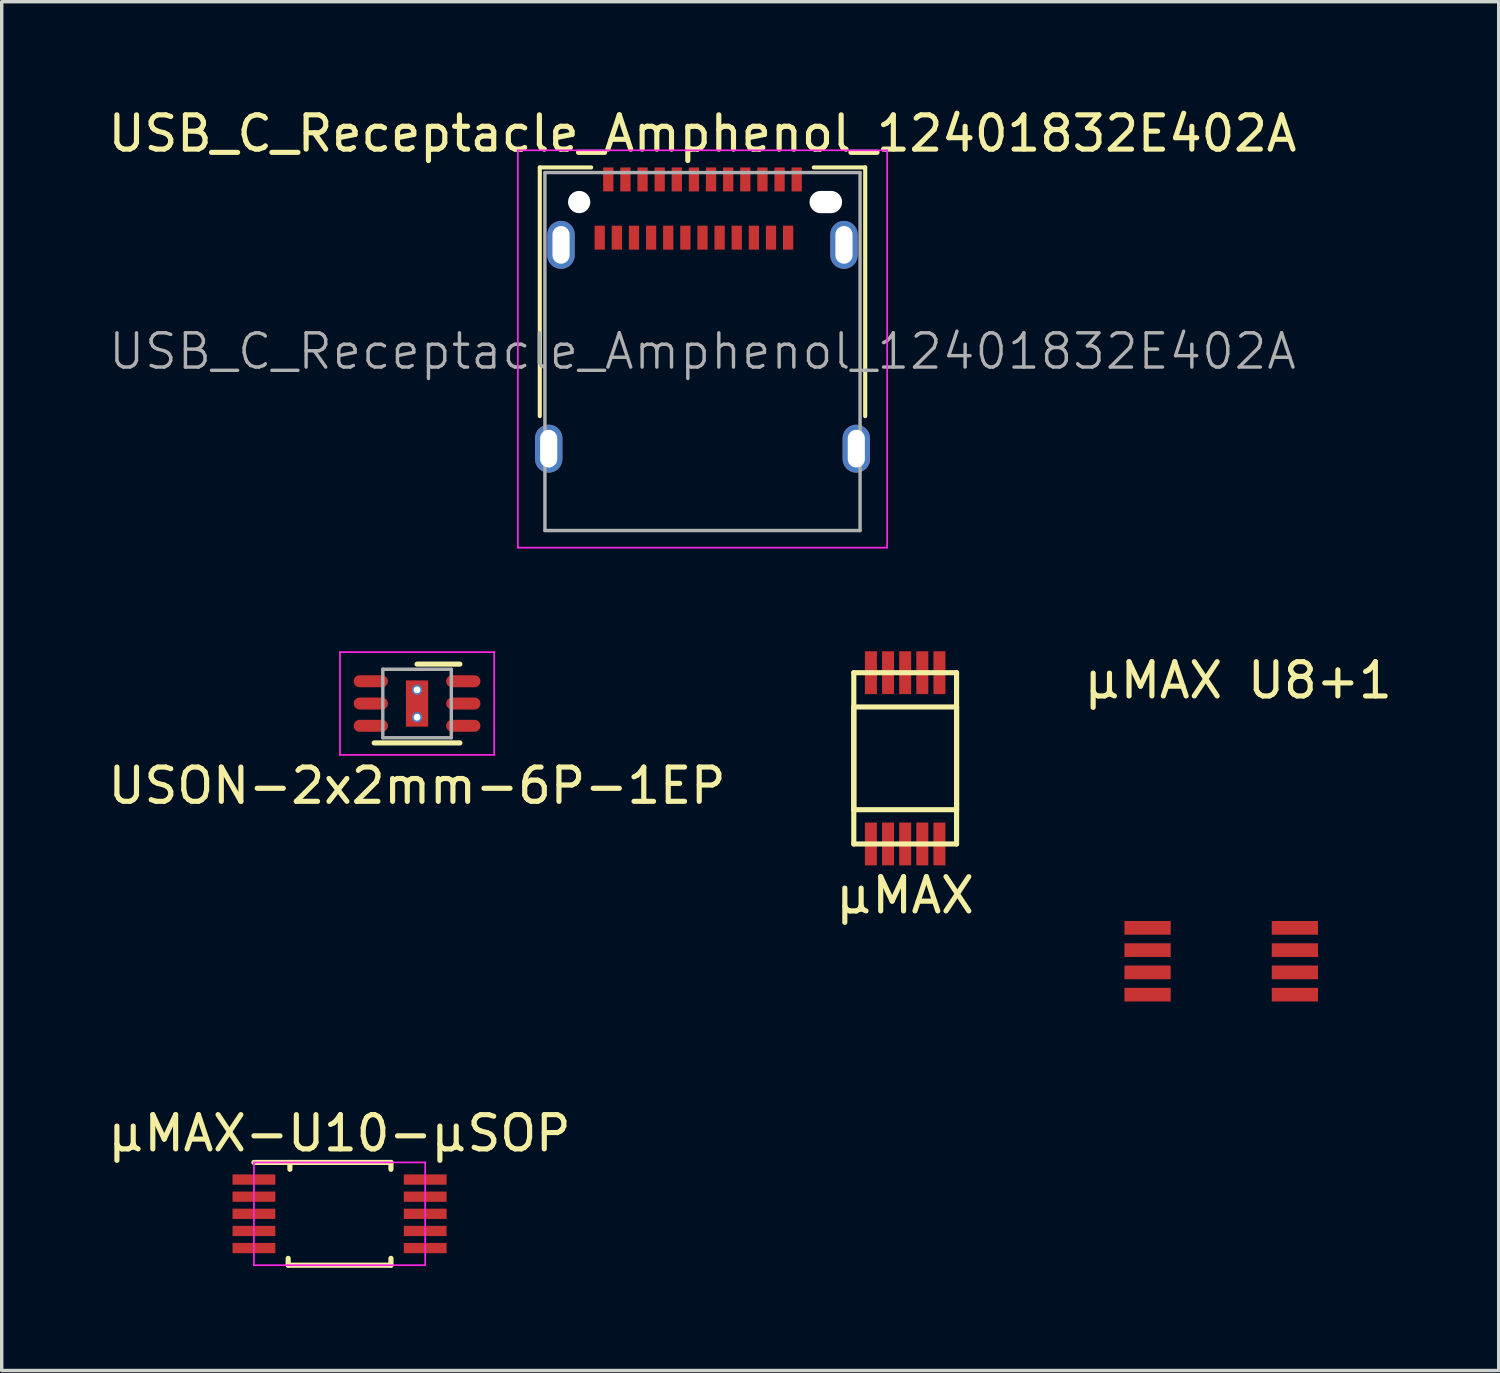
<source format=kicad_pcb>
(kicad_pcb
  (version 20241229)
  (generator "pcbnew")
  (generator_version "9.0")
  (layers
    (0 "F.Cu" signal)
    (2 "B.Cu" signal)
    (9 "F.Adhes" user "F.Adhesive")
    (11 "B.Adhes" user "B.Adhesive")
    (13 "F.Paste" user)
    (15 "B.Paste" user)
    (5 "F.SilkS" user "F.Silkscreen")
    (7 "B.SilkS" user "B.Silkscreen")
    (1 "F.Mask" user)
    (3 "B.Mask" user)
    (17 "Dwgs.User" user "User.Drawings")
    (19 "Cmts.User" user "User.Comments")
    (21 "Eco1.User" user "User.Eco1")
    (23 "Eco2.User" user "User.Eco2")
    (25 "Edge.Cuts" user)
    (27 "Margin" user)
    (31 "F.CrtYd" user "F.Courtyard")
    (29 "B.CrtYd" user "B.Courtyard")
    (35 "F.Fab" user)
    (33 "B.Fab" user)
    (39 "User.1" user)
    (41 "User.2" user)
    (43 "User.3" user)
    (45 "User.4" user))
  (footprint "USB_C_Receptacle_Amphenol_12401832E402A"
    (layer "F.Cu")
    (at 17.458 7.208)
    (property "Reference" "USB_C_Receptacle_Amphenol_12401832E402A" (at 0 -6.36 0) (layer "F.SilkS") (effects (font (size 1 1) (thickness 0.15))))
    (attr smd)
    (fp_line (start -4.75 -5.37) (end -4.75 1.89) (stroke (width 0.12) (type solid)) (layer "F.SilkS"))
    (fp_line (start -4.75 -5.37) (end -3.25 -5.37) (stroke (width 0.12) (type solid)) (layer "F.SilkS"))
    (fp_line (start 3.25 -5.37) (end 4.75 -5.37) (stroke (width 0.12) (type solid)) (layer "F.SilkS"))
    (fp_line (start 4.75 -5.37) (end 4.75 1.89) (stroke (width 0.12) (type solid)) (layer "F.SilkS"))
    (fp_line (start -5.39 -5.87) (end 5.39 -5.87) (stroke (width 0.05) (type solid)) (layer "F.CrtYd"))
    (fp_line (start -5.39 5.73) (end -5.39 -5.87) (stroke (width 0.05) (type solid)) (layer "F.CrtYd"))
    (fp_line (start 5.39 -5.87) (end 5.39 5.73) (stroke (width 0.05) (type solid)) (layer "F.CrtYd"))
    (fp_line (start 5.39 5.73) (end -5.39 5.73) (stroke (width 0.05) (type solid)) (layer "F.CrtYd"))
    (fp_line (start -4.6 -5.22) (end 4.6 -5.22) (stroke (width 0.1) (type solid)) (layer "F.Fab"))
    (fp_line (start -4.6 5.23) (end -4.6 -5.22) (stroke (width 0.1) (type solid)) (layer "F.Fab"))
    (fp_line (start -4.6 5.23) (end 4.6 5.23) (stroke (width 0.1) (type solid)) (layer "F.Fab"))
    (fp_line (start 4.6 5.23) (end 4.6 -5.22) (stroke (width 0.1) (type solid)) (layer "F.Fab"))
    (fp_text user "${REFERENCE}" (at 0 0 0) (layer "F.Fab") (effects (font (size 1 1) (thickness 0.1))))
    (pad "" np_thru_hole circle (at -3.6 -4.36) (size 0.65 0.65) (drill 0.65) (layers "*.Cu" "*.Mask"))
    (pad "" np_thru_hole oval (at 3.6 -4.36) (size 0.95 0.65) (drill oval 0.95 0.65) (layers "*.Cu" "*.Mask"))
    (pad "A1" smd rect (at -2.75 -5.02) (size 0.3 0.7) (layers "F.Cu" "F.Mask" "F.Paste"))
    (pad "A2" smd rect (at -2.25 -5.02) (size 0.3 0.7) (layers "F.Cu" "F.Mask" "F.Paste"))
    (pad "A3" smd rect (at -1.75 -5.02) (size 0.3 0.7) (layers "F.Cu" "F.Mask" "F.Paste"))
    (pad "A4" smd rect (at -1.25 -5.02) (size 0.3 0.7) (layers "F.Cu" "F.Mask" "F.Paste"))
    (pad "A5" smd rect (at -0.75 -5.02) (size 0.3 0.7) (layers "F.Cu" "F.Mask" "F.Paste"))
    (pad "A6" smd rect (at -0.25 -5.02) (size 0.3 0.7) (layers "F.Cu" "F.Mask" "F.Paste"))
    (pad "A7" smd rect (at 0.25 -5.02) (size 0.3 0.7) (layers "F.Cu" "F.Mask" "F.Paste"))
    (pad "A8" smd rect (at 0.75 -5.02) (size 0.3 0.7) (layers "F.Cu" "F.Mask" "F.Paste"))
    (pad "A9" smd rect (at 1.25 -5.02) (size 0.3 0.7) (layers "F.Cu" "F.Mask" "F.Paste"))
    (pad "A10" smd rect (at 1.75 -5.02) (size 0.3 0.7) (layers "F.Cu" "F.Mask" "F.Paste"))
    (pad "A11" smd rect (at 2.25 -5.02) (size 0.3 0.7) (layers "F.Cu" "F.Mask" "F.Paste"))
    (pad "A12" smd rect (at 2.75 -5.02) (size 0.3 0.7) (layers "F.Cu" "F.Mask" "F.Paste"))
    (pad "B1" smd rect (at 2.5 -3.32) (size 0.3 0.7) (layers "F.Cu" "F.Mask" "F.Paste"))
    (pad "B2" smd rect (at 2 -3.32) (size 0.3 0.7) (layers "F.Cu" "F.Mask" "F.Paste"))
    (pad "B3" smd rect (at 1.5 -3.32) (size 0.3 0.7) (layers "F.Cu" "F.Mask" "F.Paste"))
    (pad "B4" smd rect (at 1 -3.32) (size 0.3 0.7) (layers "F.Cu" "F.Mask" "F.Paste"))
    (pad "B5" smd rect (at 0.5 -3.32) (size 0.3 0.7) (layers "F.Cu" "F.Mask" "F.Paste"))
    (pad "B6" smd rect (at 0 -3.32) (size 0.3 0.7) (layers "F.Cu" "F.Mask" "F.Paste"))
    (pad "B7" smd rect (at -0.5 -3.32) (size 0.3 0.7) (layers "F.Cu" "F.Mask" "F.Paste"))
    (pad "B8" smd rect (at -1 -3.32) (size 0.3 0.7) (layers "F.Cu" "F.Mask" "F.Paste"))
    (pad "B9" smd rect (at -1.5 -3.32) (size 0.3 0.7) (layers "F.Cu" "F.Mask" "F.Paste"))
    (pad "B10" smd rect (at -2 -3.32) (size 0.3 0.7) (layers "F.Cu" "F.Mask" "F.Paste"))
    (pad "B11" smd rect (at -2.5 -3.32) (size 0.3 0.7) (layers "F.Cu" "F.Mask" "F.Paste"))
    (pad "B12" smd rect (at -3 -3.32) (size 0.3 0.7) (layers "F.Cu" "F.Mask" "F.Paste"))
    (pad "S1" thru_hole oval (at -4.49 2.84) (size 0.8 1.4) (drill oval 0.5 1.1) (layers "*.Cu" "*.Mask"))
    (pad "S1" thru_hole oval (at -4.13 -3.11) (size 0.8 1.4) (drill oval 0.5 1.1) (layers "*.Cu" "*.Mask"))
    (pad "S1" thru_hole oval (at 4.13 -3.11) (size 0.8 1.4) (drill oval 0.5 1.1) (layers "*.Cu" "*.Mask"))
    (pad "S1" thru_hole oval (at 4.49 2.84) (size 0.8 1.4) (drill oval 0.5 1.1) (layers "*.Cu" "*.Mask")))
  (footprint "μMAX U8+1"
    (layer "F.Cu")
    (at 32.601 25.012)
    (property "Reference" "μMAX U8+1" (at 0.5 -8.2 0) (layer "F.SilkS") (effects (font (size 1 1) (thickness 0.15))))
    (attr through_hole)
    (pad "1" smd rect (at -2.15 -0.975) (size 1.35 0.4) (layers "F.Cu" "F.Mask" "F.Paste"))
    (pad "2" smd rect (at -2.15 -0.325) (size 1.35 0.4) (layers "F.Cu" "F.Mask" "F.Paste"))
    (pad "3" smd rect (at -2.15 0.325) (size 1.35 0.4) (layers "F.Cu" "F.Mask" "F.Paste"))
    (pad "4" smd rect (at -2.15 0.975) (size 1.35 0.4) (layers "F.Cu" "F.Mask" "F.Paste"))
    (pad "5" smd rect (at 2.15 0.975) (size 1.35 0.4) (layers "F.Cu" "F.Mask" "F.Paste"))
    (pad "6" smd rect (at 2.15 0.325) (size 1.35 0.4) (layers "F.Cu" "F.Mask" "F.Paste"))
    (pad "7" smd rect (at 2.15 -0.325) (size 1.35 0.4) (layers "F.Cu" "F.Mask" "F.Paste"))
    (pad "8" smd rect (at 2.15 -0.975) (size 1.35 0.4) (layers "F.Cu" "F.Mask" "F.Paste")))
  (footprint "USON-2x2mm-6P-1EP"
    (layer "F.Cu")
    (at 9.125 17.488)
    (property "Reference" "USON-2x2mm-6P-1EP" (at 0 2.4 0) (layer "F.SilkS") (effects (font (size 1 1) (thickness 0.15))))
    (attr through_hole)
    (fp_line (start -1.25 1.15) (end 1.25 1.15) (stroke (width 0.15) (type solid)) (layer "F.SilkS"))
    (fp_line (start 0 -1.15) (end 1.25 -1.15) (stroke (width 0.15) (type solid)) (layer "F.SilkS"))
    (fp_line (start -2.25 -1.5) (end 2.25 -1.5) (stroke (width 0.05) (type solid)) (layer "F.CrtYd"))
    (fp_line (start -2.25 1.5) (end -2.25 -1.5) (stroke (width 0.05) (type solid)) (layer "F.CrtYd"))
    (fp_line (start 2.25 -1.5) (end 2.25 1.5) (stroke (width 0.05) (type solid)) (layer "F.CrtYd"))
    (fp_line (start 2.25 1.5) (end -2.25 1.5) (stroke (width 0.05) (type solid)) (layer "F.CrtYd"))
    (fp_line (start -1 -1) (end 1 -1) (stroke (width 0.1) (type solid)) (layer "F.Fab"))
    (fp_line (start -1 1) (end -1 -1) (stroke (width 0.1) (type solid)) (layer "F.Fab"))
    (fp_line (start 1 -1) (end 1 1) (stroke (width 0.1) (type solid)) (layer "F.Fab"))
    (fp_line (start 1 1) (end -1 1) (stroke (width 0.1) (type solid)) (layer "F.Fab"))
    (pad "1" connect oval (at -1.35 -0.65) (size 1 0.35) (layers "F.Cu" "F.Mask"))
    (pad "2" connect oval (at -1.35 0) (size 1 0.35) (layers "F.Cu" "F.Mask"))
    (pad "3" connect oval (at -1.35 0.65) (size 1 0.35) (layers "F.Cu" "F.Mask"))
    (pad "4" connect oval (at 1.35 0.65) (size 1 0.35) (layers "F.Cu" "F.Mask"))
    (pad "5" connect oval (at 1.35 0) (size 1 0.35) (layers "F.Cu" "F.Mask"))
    (pad "6" connect oval (at 1.35 -0.65) (size 1 0.35) (layers "F.Cu" "F.Mask"))
    (pad "7" thru_hole circle (at 0 -0.4) (size 0.3 0.3) (drill 0.2) (layers "*.Cu" "*.Mask"))
    (pad "7" smd rect (at 0 0) (size 0.65 1.35) (layers "F.Cu" "F.Mask" "F.Paste"))
    (pad "7" thru_hole circle (at 0 0.4) (size 0.3 0.3) (drill 0.2) (layers "*.Cu" "*.Mask")))
  (footprint "μMAX-U10-μSOP"
    (layer "F.Cu")
    (at 6.863 32.385)
    (property "Reference" "μMAX-U10-μSOP" (at 0 -2.35 0) (layer "F.SilkS") (effects (font (size 1 1) (thickness 0.15))))
    (attr through_hole)
    (fp_line (start -2.5 -1.5) (end 1.5 -1.5) (stroke (width 0.15) (type solid)) (layer "F.SilkS"))
    (fp_line (start -1.5 1.5) (end -1.5 1.3) (stroke (width 0.15) (type solid)) (layer "F.SilkS"))
    (fp_line (start -1.45 -1.5) (end -1.45 -1.3) (stroke (width 0.15) (type solid)) (layer "F.SilkS"))
    (fp_line (start 1.5 -1.5) (end 1.5 -1.3) (stroke (width 0.15) (type solid)) (layer "F.SilkS"))
    (fp_line (start 1.5 1.3) (end 1.5 1.5) (stroke (width 0.15) (type solid)) (layer "F.SilkS"))
    (fp_line (start 1.5 1.5) (end -1.5 1.5) (stroke (width 0.15) (type solid)) (layer "F.SilkS"))
    (fp_line (start -2.5 -1.5) (end 2.5 -1.5) (stroke (width 0.05) (type solid)) (layer "F.CrtYd"))
    (fp_line (start -2.5 1.5) (end -2.5 -1.5) (stroke (width 0.05) (type solid)) (layer "F.CrtYd"))
    (fp_line (start 2.5 -1.5) (end 2.5 1.5) (stroke (width 0.05) (type solid)) (layer "F.CrtYd"))
    (fp_line (start 2.5 1.5) (end -2.5 1.5) (stroke (width 0.05) (type solid)) (layer "F.CrtYd"))
    (pad "1" smd rect (at -2.5 -1 270) (size 0.3 1.25) (layers "F.Cu" "F.Mask" "F.Paste"))
    (pad "2" smd rect (at -2.5 -0.5 270) (size 0.3 1.25) (layers "F.Cu" "F.Mask" "F.Paste"))
    (pad "3" smd rect (at -2.5 0 270) (size 0.3 1.25) (layers "F.Cu" "F.Mask" "F.Paste"))
    (pad "4" smd rect (at -2.5 0.5 270) (size 0.3 1.25) (layers "F.Cu" "F.Mask" "F.Paste"))
    (pad "5" smd rect (at -2.5 1 270) (size 0.3 1.25) (layers "F.Cu" "F.Mask" "F.Paste"))
    (pad "6" smd rect (at 2.5 1 270) (size 0.3 1.25) (layers "F.Cu" "F.Mask" "F.Paste"))
    (pad "7" smd rect (at 2.5 0.5 270) (size 0.3 1.25) (layers "F.Cu" "F.Mask" "F.Paste"))
    (pad "8" smd rect (at 2.5 0 270) (size 0.3 1.25) (layers "F.Cu" "F.Mask" "F.Paste"))
    (pad "9" smd rect (at 2.5 -0.5 270) (size 0.3 1.25) (layers "F.Cu" "F.Mask" "F.Paste"))
    (pad "10" smd rect (at 2.5 -1 270) (size 0.3 1.25) (layers "F.Cu" "F.Mask" "F.Paste")))
  (footprint "μMAX"
    (layer "F.Cu")
    (at 23.375 19.088)
    (property "Reference" "μMAX" (at 0 4 0) (layer "F.SilkS") (effects (font (size 1 1) (thickness 0.15))))
    (attr through_hole)
    (fp_line (start -1.5 -2.5) (end 1.5 -2.5) (stroke (width 0.15) (type solid)) (layer "F.SilkS"))
    (fp_line (start -1.5 -1.5) (end 1.5 -1.5) (stroke (width 0.15) (type solid)) (layer "F.SilkS"))
    (fp_line (start -1.5 1.5) (end -1.5 -1.5) (stroke (width 0.15) (type solid)) (layer "F.SilkS"))
    (fp_line (start -1.5 2.5) (end -1.5 -2.5) (stroke (width 0.15) (type solid)) (layer "F.SilkS"))
    (fp_line (start 1.5 -2.5) (end 1.5 2.5) (stroke (width 0.15) (type solid)) (layer "F.SilkS"))
    (fp_line (start 1.5 -1.5) (end 1.5 1.5) (stroke (width 0.15) (type solid)) (layer "F.SilkS"))
    (fp_line (start 1.5 1.5) (end -1.5 1.5) (stroke (width 0.15) (type solid)) (layer "F.SilkS"))
    (fp_line (start 1.5 2.5) (end -1.5 2.5) (stroke (width 0.15) (type solid)) (layer "F.SilkS"))
    (pad "1" smd rect (at 1 2.5) (size 0.35 1.25) (layers "F.Cu" "F.Mask" "F.Paste"))
    (pad "2" smd rect (at 0.5 2.5) (size 0.35 1.25) (layers "F.Cu" "F.Mask" "F.Paste"))
    (pad "3" smd rect (at 0 2.5) (size 0.35 1.25) (layers "F.Cu" "F.Mask" "F.Paste"))
    (pad "4" smd rect (at -0.5 2.5) (size 0.35 1.25) (layers "F.Cu" "F.Mask" "F.Paste"))
    (pad "5" smd rect (at -1 2.5) (size 0.35 1.25) (layers "F.Cu" "F.Mask" "F.Paste"))
    (pad "6" smd rect (at -1 -2.5) (size 0.35 1.25) (layers "F.Cu" "F.Mask" "F.Paste"))
    (pad "7" smd rect (at -0.5 -2.5) (size 0.35 1.25) (layers "F.Cu" "F.Mask" "F.Paste"))
    (pad "8" smd rect (at 0 -2.5) (size 0.35 1.25) (layers "F.Cu" "F.Mask" "F.Paste"))
    (pad "9" smd rect (at 0.5 -2.5) (size 0.35 1.25) (layers "F.Cu" "F.Mask" "F.Paste"))
    (pad "10" smd rect (at 1 -2.5) (size 0.35 1.25) (layers "F.Cu" "F.Mask" "F.Paste")))
  (gr_rect
    (start -3 -3)
    (end 40.702 36.96)
    (stroke (width 0.1) (type default))
    (fill no)
    (layer "Edge.Cuts")))
</source>
